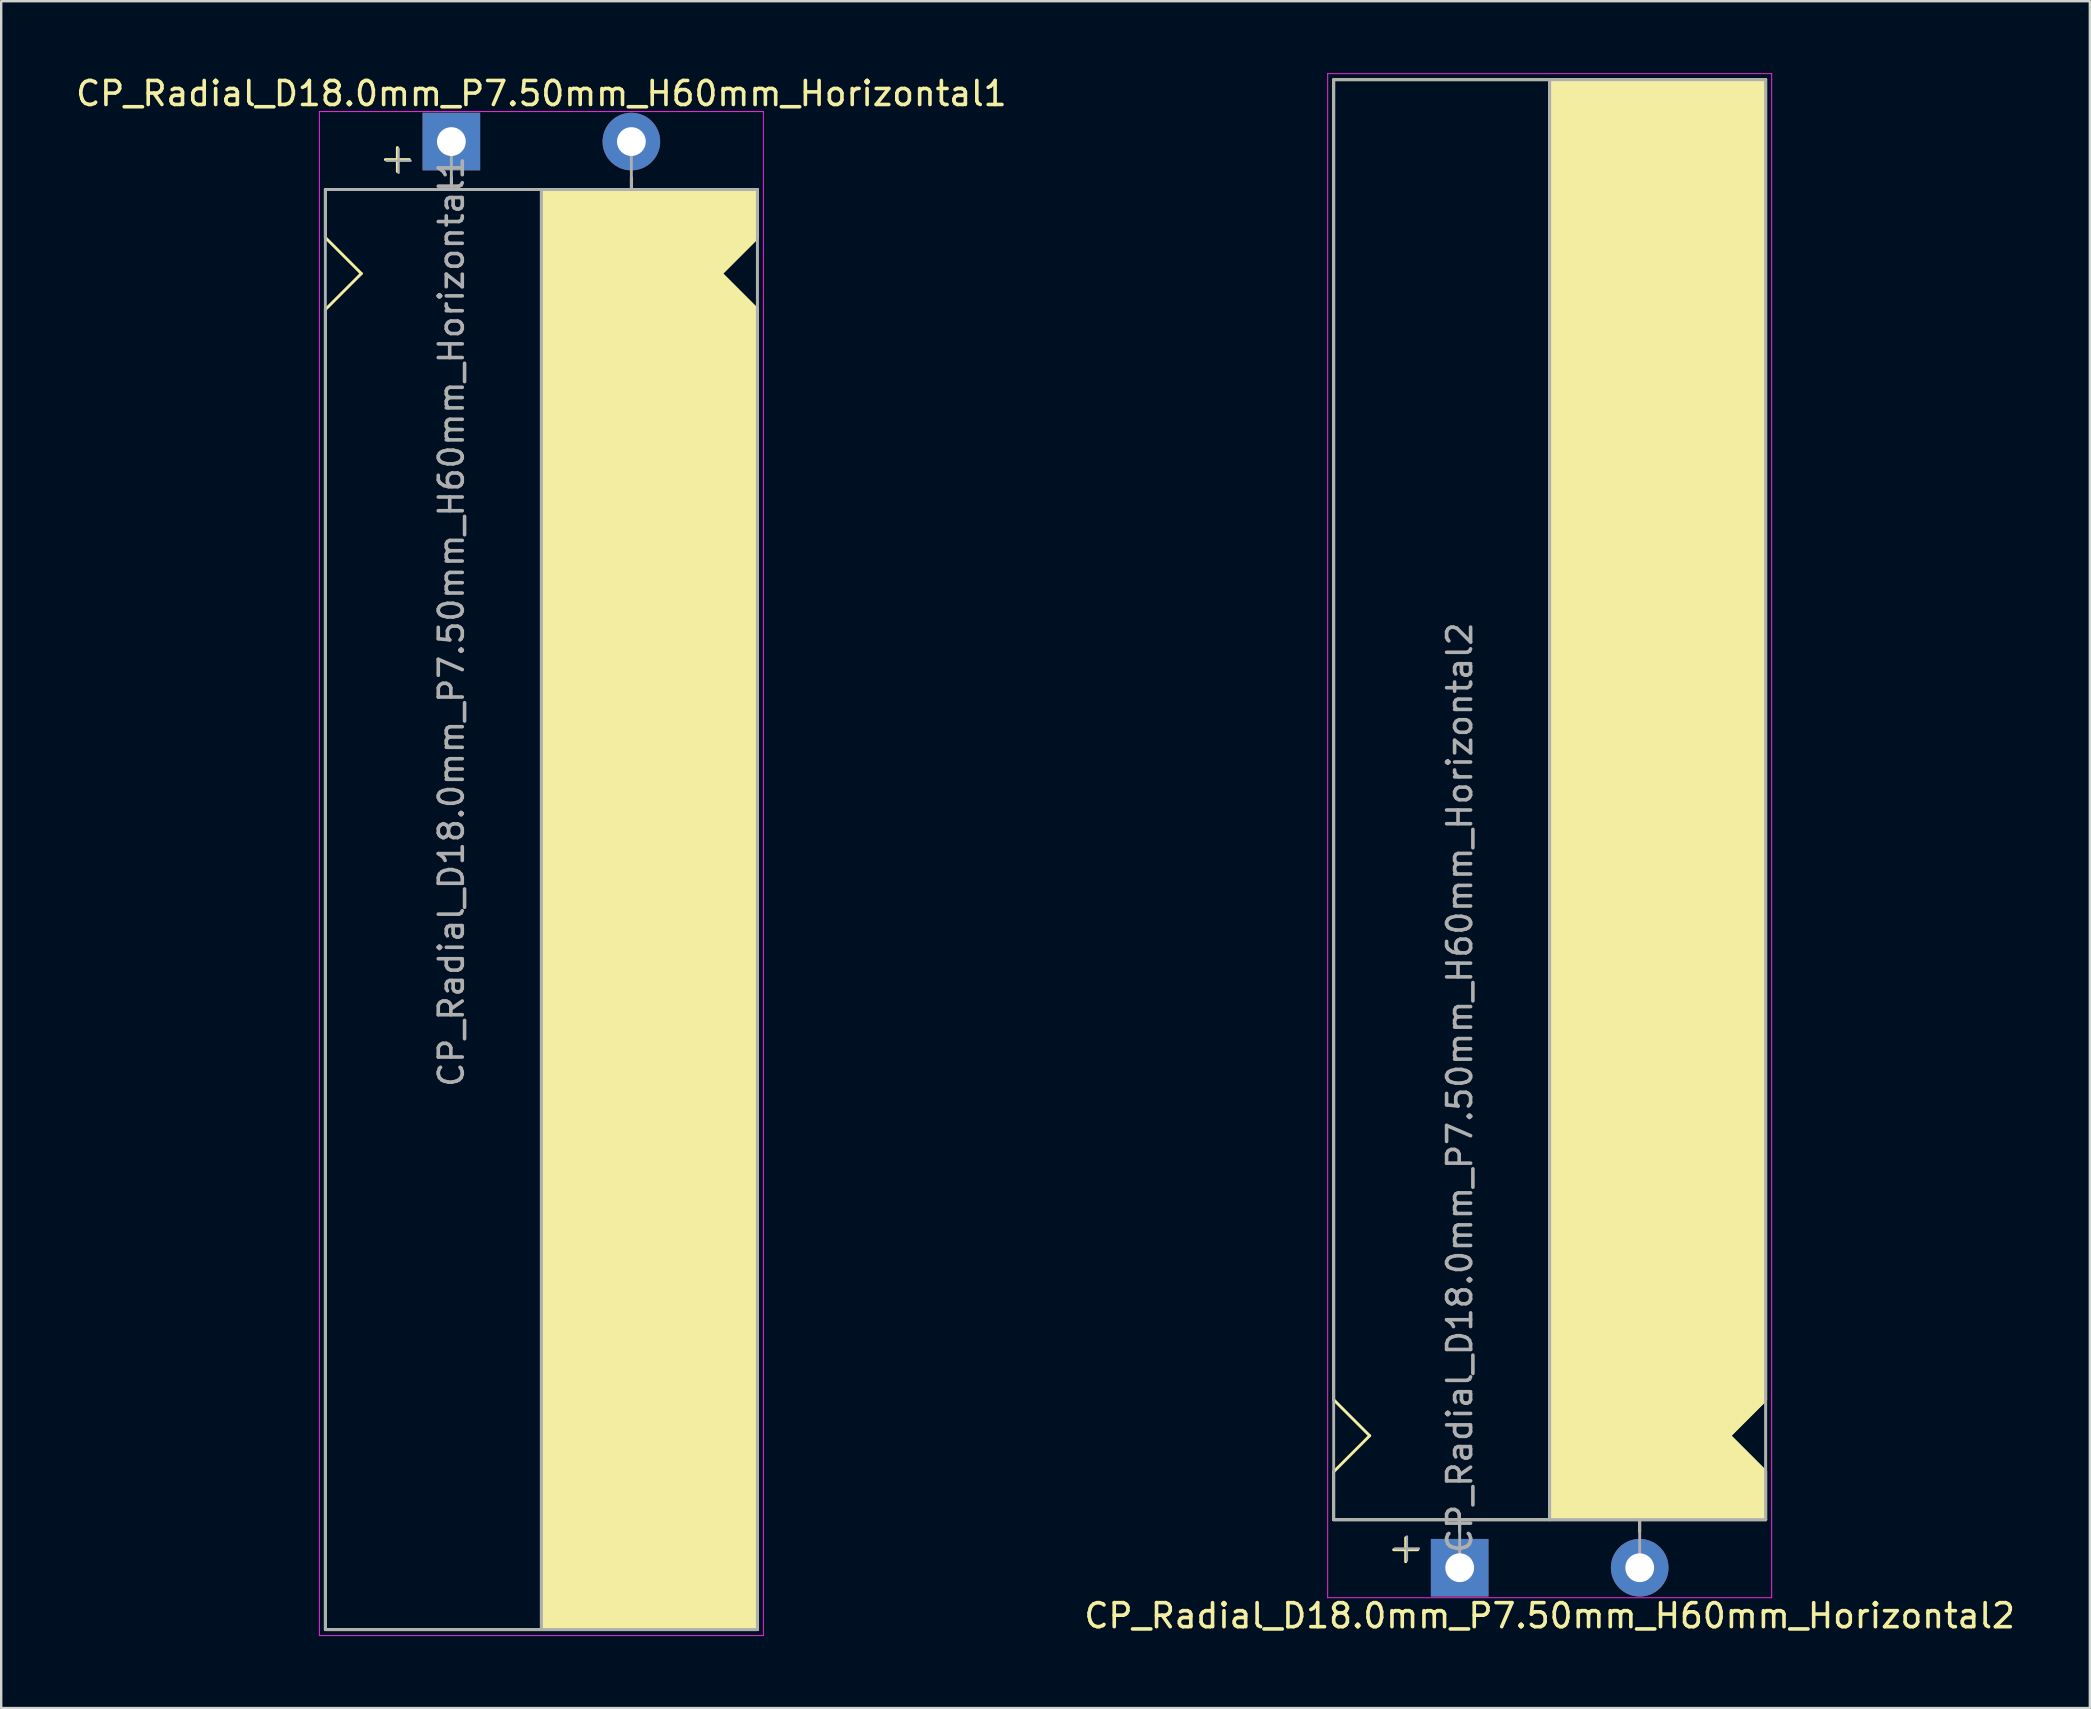
<source format=kicad_pcb>
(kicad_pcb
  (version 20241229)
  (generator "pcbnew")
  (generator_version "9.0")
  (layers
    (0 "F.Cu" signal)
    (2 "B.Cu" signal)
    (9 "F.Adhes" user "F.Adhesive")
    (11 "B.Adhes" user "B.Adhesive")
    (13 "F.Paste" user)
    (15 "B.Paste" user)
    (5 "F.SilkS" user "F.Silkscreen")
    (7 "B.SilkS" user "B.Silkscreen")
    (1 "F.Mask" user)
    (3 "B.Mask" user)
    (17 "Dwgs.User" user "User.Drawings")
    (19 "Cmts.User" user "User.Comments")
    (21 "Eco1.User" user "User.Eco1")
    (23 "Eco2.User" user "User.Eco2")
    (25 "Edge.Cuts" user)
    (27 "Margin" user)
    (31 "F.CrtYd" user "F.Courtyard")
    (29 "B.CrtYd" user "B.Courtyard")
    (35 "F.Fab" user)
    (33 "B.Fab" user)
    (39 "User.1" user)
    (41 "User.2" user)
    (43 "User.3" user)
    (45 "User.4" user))
  (footprint "CP_Radial_D18.0mm_P7.50mm_H60mm_Horizontal1"
    (layer "F.Cu")
    (at 15.756 2.848)
    (property "Reference" "CP_Radial_D18.0mm_P7.50mm_H60mm_Horizontal1" (at 3.75 -2 0) (layer "F.SilkS") (effects (font (size 1 1) (thickness 0.15))))
    (attr through_hole)
    (fp_line (start -5.25 2) (end -5.25 4) (stroke (width 0.12) (type solid)) (layer "F.SilkS"))
    (fp_line (start -5.25 2) (end 12.75 2) (stroke (width 0.12) (type solid)) (layer "F.SilkS"))
    (fp_line (start -5.25 4) (end -3.75 5.5) (stroke (width 0.12) (type solid)) (layer "F.SilkS"))
    (fp_line (start -5.25 7) (end -5.25 62) (stroke (width 0.12) (type solid)) (layer "F.SilkS"))
    (fp_line (start -5.25 7) (end -3.75 5.5) (stroke (width 0.12) (type solid)) (layer "F.SilkS"))
    (fp_line (start -5.25 62) (end 12.75 62) (stroke (width 0.12) (type solid)) (layer "F.SilkS"))
    (fp_line (start -2.25 0.25) (end -2.25 1.25) (stroke (width 0.12) (type solid)) (layer "F.SilkS"))
    (fp_line (start -1.75 0.75) (end -2.75 0.75) (stroke (width 0.12) (type solid)) (layer "F.SilkS"))
    (fp_line (start 0 1.5) (end 0 2) (stroke (width 0.12) (type solid)) (layer "F.SilkS"))
    (fp_line (start 3.75 2) (end 3.75 62) (stroke (width 0.12) (type solid)) (layer "F.SilkS"))
    (fp_line (start 7.5 1.5) (end 7.5 2) (stroke (width 0.12) (type solid)) (layer "F.SilkS"))
    (fp_line (start 12.75 2) (end 12.75 4) (stroke (width 0.12) (type solid)) (layer "F.SilkS"))
    (fp_line (start 12.75 4) (end 11.25 5.5) (stroke (width 0.12) (type solid)) (layer "F.SilkS"))
    (fp_line (start 12.75 7) (end 11.25 5.5) (stroke (width 0.12) (type solid)) (layer "F.SilkS"))
    (fp_line (start 12.75 62) (end 12.75 7) (stroke (width 0.12) (type solid)) (layer "F.SilkS"))
    (fp_poly (pts (xy 12.75 4) (xy 11.25 5.5) (xy 12.75 7) (xy 12.75 62) (xy 3.75 62) (xy 3.75 2) (xy 12.75 2)) (stroke (width 0.1) (type solid)) (fill yes) (layer "F.SilkS"))
    (fp_line (start -5.5 -1.25) (end -5.5 62.25) (stroke (width 0.04) (type solid)) (layer "F.CrtYd"))
    (fp_line (start -5.5 62.25) (end 13 62.25) (stroke (width 0.04) (type solid)) (layer "F.CrtYd"))
    (fp_line (start 13 -1.25) (end -5.5 -1.25) (stroke (width 0.04) (type solid)) (layer "F.CrtYd"))
    (fp_line (start 13 62.25) (end 13 -1.25) (stroke (width 0.04) (type solid)) (layer "F.CrtYd"))
    (fp_line (start -5.25 2) (end -5.25 62) (stroke (width 0.12) (type solid)) (layer "F.Fab"))
    (fp_line (start -5.25 62) (end 12.75 62) (stroke (width 0.12) (type solid)) (layer "F.Fab"))
    (fp_line (start -2.7 0.8) (end -1.7 0.8) (stroke (width 0.1) (type solid)) (layer "F.Fab"))
    (fp_line (start -2.2 1.3) (end -2.2 0.3) (stroke (width 0.1) (type solid)) (layer "F.Fab"))
    (fp_line (start 0 0) (end 0 2) (stroke (width 0.12) (type solid)) (layer "F.Fab"))
    (fp_line (start 3.75 2) (end 3.75 62) (stroke (width 0.12) (type solid)) (layer "F.Fab"))
    (fp_line (start 7.5 0) (end 7.5 2) (stroke (width 0.12) (type solid)) (layer "F.Fab"))
    (fp_line (start 12.75 2) (end -5.25 2) (stroke (width 0.12) (type solid)) (layer "F.Fab"))
    (fp_line (start 12.75 62) (end 12.75 2) (stroke (width 0.12) (type solid)) (layer "F.Fab"))
    (fp_poly (pts (xy 12.75 62) (xy 3.75 62) (xy 3.75 2) (xy 12.75 2)) (stroke (width 0.1) (type solid)) (fill no) (layer "F.Fab"))
    (fp_text user "${REFERENCE}" (at 0 20 90) (layer "F.Fab") (effects (font (size 1 1) (thickness 0.15))))
    (pad "1" thru_hole rect (at 0 0) (size 2.4 2.4) (drill 1.2) (layers "*.Cu" "*.Mask"))
    (pad "2" thru_hole circle (at 7.5 0) (size 2.4 2.4) (drill 1.2) (layers "*.Cu" "*.Mask")))
  (footprint "CP_Radial_D18.0mm_P7.50mm_H60mm_Horizontal2"
    (layer "F.Cu")
    (at 57.768 62.27)
    (property "Reference" "CP_Radial_D18.0mm_P7.50mm_H60mm_Horizontal2" (at 3.75 2 0) (layer "F.SilkS") (effects (font (size 1 1) (thickness 0.15))))
    (attr through_hole)
    (fp_line (start -5.25 -62) (end 12.75 -62) (stroke (width 0.12) (type solid)) (layer "F.SilkS"))
    (fp_line (start -5.25 -7) (end -5.25 -62) (stroke (width 0.12) (type solid)) (layer "F.SilkS"))
    (fp_line (start -5.25 -7) (end -3.75 -5.5) (stroke (width 0.12) (type solid)) (layer "F.SilkS"))
    (fp_line (start -5.25 -4) (end -3.75 -5.5) (stroke (width 0.12) (type solid)) (layer "F.SilkS"))
    (fp_line (start -5.25 -2) (end -5.25 -4) (stroke (width 0.12) (type solid)) (layer "F.SilkS"))
    (fp_line (start -5.25 -2) (end 12.75 -2) (stroke (width 0.12) (type solid)) (layer "F.SilkS"))
    (fp_line (start -2.25 -1.25) (end -2.25 -0.25) (stroke (width 0.12) (type solid)) (layer "F.SilkS"))
    (fp_line (start -1.75 -0.75) (end -2.75 -0.75) (stroke (width 0.12) (type solid)) (layer "F.SilkS"))
    (fp_line (start 0 -1.5) (end 0 -2) (stroke (width 0.12) (type solid)) (layer "F.SilkS"))
    (fp_line (start 3.75 -2) (end 3.75 -62) (stroke (width 0.12) (type solid)) (layer "F.SilkS"))
    (fp_line (start 7.5 -1.5) (end 7.5 -2) (stroke (width 0.12) (type solid)) (layer "F.SilkS"))
    (fp_line (start 12.75 -62) (end 12.75 -7) (stroke (width 0.12) (type solid)) (layer "F.SilkS"))
    (fp_line (start 12.75 -7) (end 11.25 -5.5) (stroke (width 0.12) (type solid)) (layer "F.SilkS"))
    (fp_line (start 12.75 -4) (end 11.25 -5.5) (stroke (width 0.12) (type solid)) (layer "F.SilkS"))
    (fp_line (start 12.75 -2) (end 12.75 -4) (stroke (width 0.12) (type solid)) (layer "F.SilkS"))
    (fp_poly (pts (xy 12.75 -4) (xy 11.25 -5.5) (xy 12.75 -7) (xy 12.75 -62) (xy 3.75 -62) (xy 3.75 -2) (xy 12.75 -2)) (stroke (width 0.1) (type solid)) (fill yes) (layer "F.SilkS"))
    (fp_line (start -5.5 -62.25) (end 13 -62.25) (stroke (width 0.04) (type solid)) (layer "F.CrtYd"))
    (fp_line (start -5.5 1.25) (end -5.5 -62.25) (stroke (width 0.04) (type solid)) (layer "F.CrtYd"))
    (fp_line (start 13 -62.25) (end 13 1.25) (stroke (width 0.04) (type solid)) (layer "F.CrtYd"))
    (fp_line (start 13 1.25) (end -5.5 1.25) (stroke (width 0.04) (type solid)) (layer "F.CrtYd"))
    (fp_line (start -5.25 -62) (end 12.75 -62) (stroke (width 0.12) (type solid)) (layer "F.Fab"))
    (fp_line (start -5.25 -2) (end -5.25 -62) (stroke (width 0.12) (type solid)) (layer "F.Fab"))
    (fp_line (start -2.7 -0.8) (end -1.7 -0.8) (stroke (width 0.1) (type solid)) (layer "F.Fab"))
    (fp_line (start -2.2 -0.3) (end -2.2 -1.3) (stroke (width 0.1) (type solid)) (layer "F.Fab"))
    (fp_line (start 0 0) (end 0 -2) (stroke (width 0.12) (type solid)) (layer "F.Fab"))
    (fp_line (start 3.75 -2) (end 3.75 -62) (stroke (width 0.12) (type solid)) (layer "F.Fab"))
    (fp_line (start 7.5 0) (end 7.5 -2) (stroke (width 0.12) (type solid)) (layer "F.Fab"))
    (fp_line (start 12.75 -62) (end 12.75 -2) (stroke (width 0.12) (type solid)) (layer "F.Fab"))
    (fp_line (start 12.75 -2) (end -5.25 -2) (stroke (width 0.12) (type solid)) (layer "F.Fab"))
    (fp_poly (pts (xy 12.75 -62) (xy 3.75 -62) (xy 3.75 -2) (xy 12.75 -2)) (stroke (width 0.1) (type solid)) (fill no) (layer "F.Fab"))
    (fp_text user "${REFERENCE}" (at 0 -20 90) (layer "F.Fab") (effects (font (size 1 1) (thickness 0.15))))
    (pad "1" thru_hole rect (at 0 0) (size 2.4 2.4) (drill 1.2) (layers "*.Cu" "*.Mask"))
    (pad "2" thru_hole circle (at 7.5 0) (size 2.4 2.4) (drill 1.2) (layers "*.Cu" "*.Mask")))
  (gr_rect
    (start -3 -3)
    (end 84.024 68.118)
    (stroke (width 0.1) (type default))
    (fill no)
    (layer "Edge.Cuts")))
</source>
